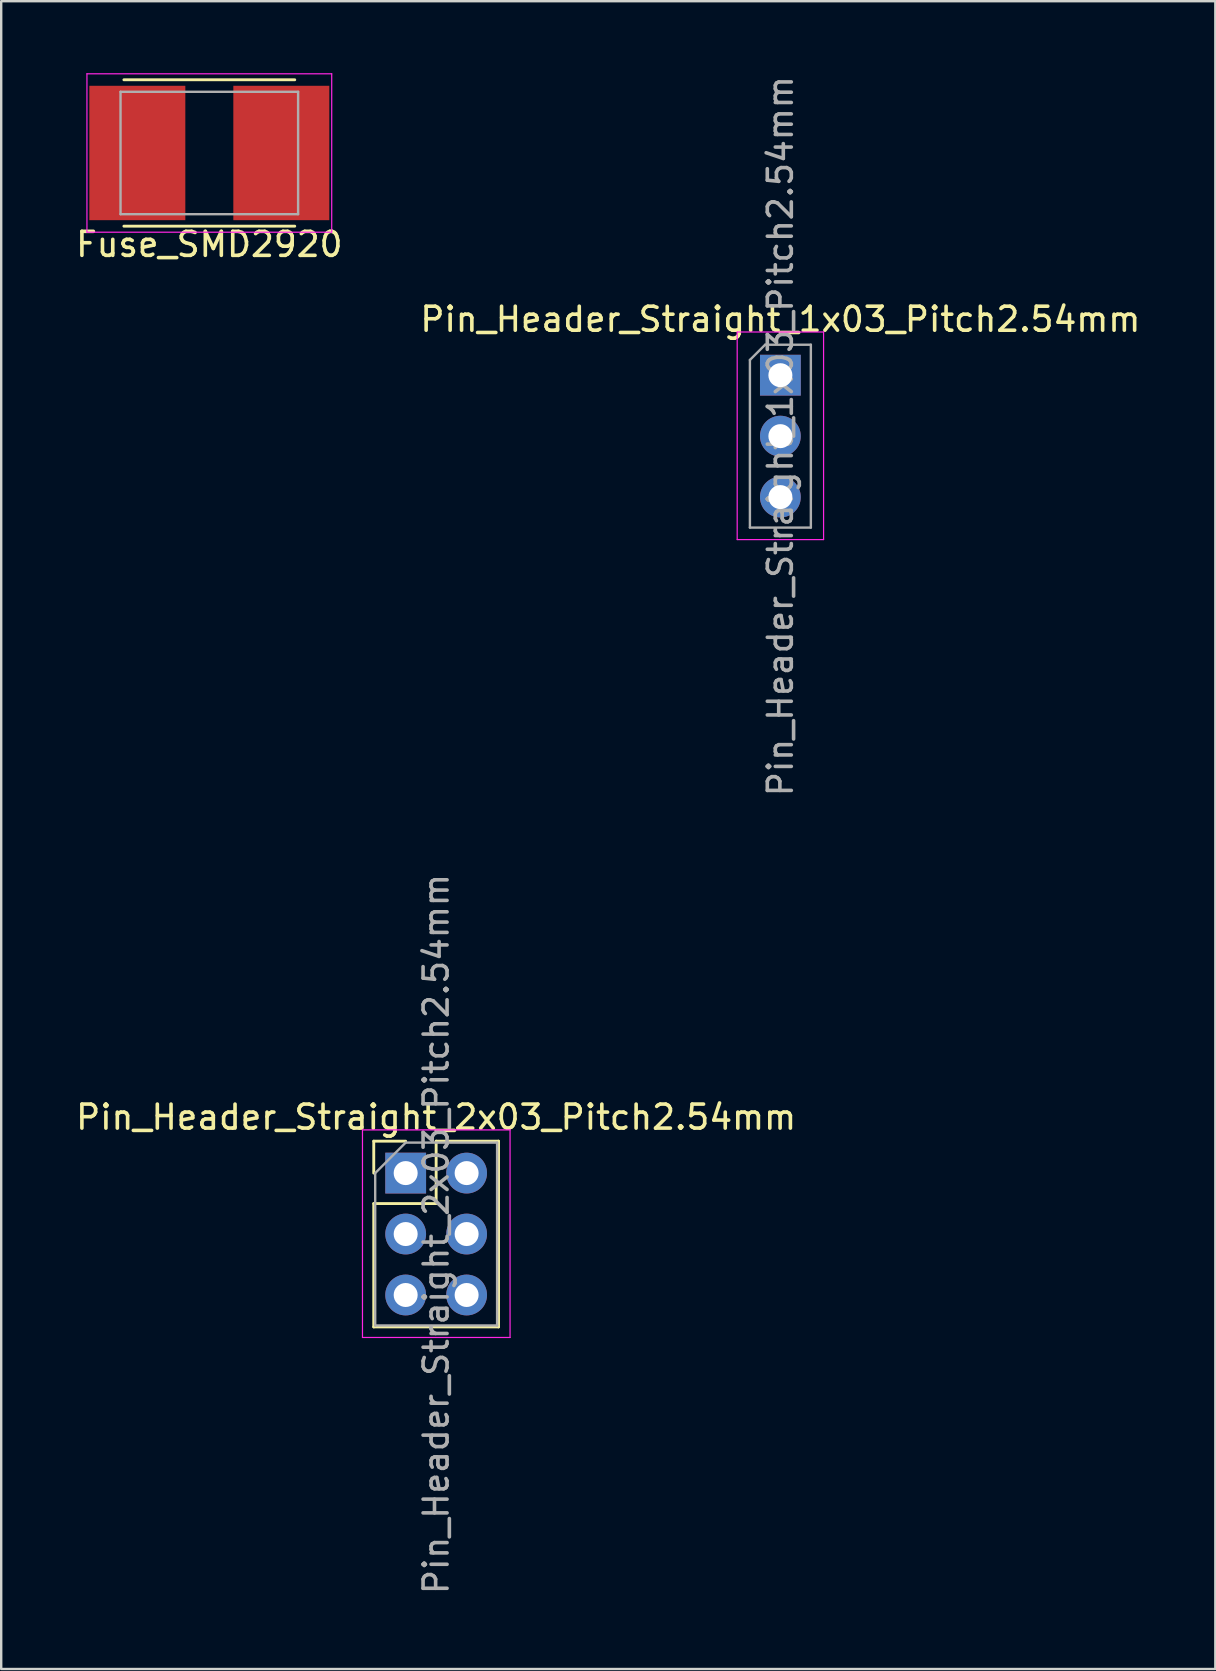
<source format=kicad_pcb>
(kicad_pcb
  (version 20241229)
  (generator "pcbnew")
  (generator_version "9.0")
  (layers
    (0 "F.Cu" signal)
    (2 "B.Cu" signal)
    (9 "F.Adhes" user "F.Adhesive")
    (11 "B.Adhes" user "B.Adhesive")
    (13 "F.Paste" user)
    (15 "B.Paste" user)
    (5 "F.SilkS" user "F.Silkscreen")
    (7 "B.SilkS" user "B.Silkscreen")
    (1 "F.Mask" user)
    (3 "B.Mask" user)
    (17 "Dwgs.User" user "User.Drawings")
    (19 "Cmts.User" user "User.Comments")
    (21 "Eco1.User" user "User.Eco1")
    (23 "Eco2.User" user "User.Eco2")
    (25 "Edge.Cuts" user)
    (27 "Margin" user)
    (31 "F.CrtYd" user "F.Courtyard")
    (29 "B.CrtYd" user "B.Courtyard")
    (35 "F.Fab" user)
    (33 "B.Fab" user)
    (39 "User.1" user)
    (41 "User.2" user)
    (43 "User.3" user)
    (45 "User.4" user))
  (footprint "Pin_Header_Straight_2x03_Pitch2.54mm"
    (layer "F.Cu")
    (at 13.855 45.835)
    (property "Reference" "Pin_Header_Straight_2x03_Pitch2.54mm" (at 1.27 -2.33 0) (layer "F.SilkS") (effects (font (size 1 1) (thickness 0.15))))
    (attr through_hole)
    (fp_line (start -1.33 -1.33) (end 0 -1.33) (stroke (width 0.12) (type solid)) (layer "F.SilkS"))
    (fp_line (start -1.33 0) (end -1.33 -1.33) (stroke (width 0.12) (type solid)) (layer "F.SilkS"))
    (fp_line (start -1.33 1.27) (end -1.33 6.41) (stroke (width 0.12) (type solid)) (layer "F.SilkS"))
    (fp_line (start -1.33 1.27) (end 1.27 1.27) (stroke (width 0.12) (type solid)) (layer "F.SilkS"))
    (fp_line (start -1.33 6.41) (end 3.87 6.41) (stroke (width 0.12) (type solid)) (layer "F.SilkS"))
    (fp_line (start 1.27 -1.33) (end 3.87 -1.33) (stroke (width 0.12) (type solid)) (layer "F.SilkS"))
    (fp_line (start 1.27 1.27) (end 1.27 -1.33) (stroke (width 0.12) (type solid)) (layer "F.SilkS"))
    (fp_line (start 3.87 -1.33) (end 3.87 6.41) (stroke (width 0.12) (type solid)) (layer "F.SilkS"))
    (fp_line (start -1.8 -1.8) (end -1.8 6.85) (stroke (width 0.05) (type solid)) (layer "F.CrtYd"))
    (fp_line (start -1.8 6.85) (end 4.35 6.85) (stroke (width 0.05) (type solid)) (layer "F.CrtYd"))
    (fp_line (start 4.35 -1.8) (end -1.8 -1.8) (stroke (width 0.05) (type solid)) (layer "F.CrtYd"))
    (fp_line (start 4.35 6.85) (end 4.35 -1.8) (stroke (width 0.05) (type solid)) (layer "F.CrtYd"))
    (fp_line (start -1.27 0) (end 0 -1.27) (stroke (width 0.1) (type solid)) (layer "F.Fab"))
    (fp_line (start -1.27 6.35) (end -1.27 0) (stroke (width 0.1) (type solid)) (layer "F.Fab"))
    (fp_line (start 0 -1.27) (end 3.81 -1.27) (stroke (width 0.1) (type solid)) (layer "F.Fab"))
    (fp_line (start 3.81 -1.27) (end 3.81 6.35) (stroke (width 0.1) (type solid)) (layer "F.Fab"))
    (fp_line (start 3.81 6.35) (end -1.27 6.35) (stroke (width 0.1) (type solid)) (layer "F.Fab"))
    (fp_text user "${REFERENCE}" (at 1.27 2.54 90) (layer "F.Fab") (effects (font (size 1 1) (thickness 0.15))))
    (pad "1" thru_hole rect (at 0 0) (size 1.7 1.7) (drill 1) (layers "*.Cu" "*.Mask"))
    (pad "2" thru_hole oval (at 2.54 0) (size 1.7 1.7) (drill 1) (layers "*.Cu" "*.Mask"))
    (pad "3" thru_hole oval (at 0 2.54) (size 1.7 1.7) (drill 1) (layers "*.Cu" "*.Mask"))
    (pad "4" thru_hole oval (at 2.54 2.54) (size 1.7 1.7) (drill 1) (layers "*.Cu" "*.Mask"))
    (pad "5" thru_hole oval (at 0 5.08) (size 1.7 1.7) (drill 1) (layers "*.Cu" "*.Mask"))
    (pad "6" thru_hole oval (at 2.54 5.08) (size 1.7 1.7) (drill 1) (layers "*.Cu" "*.Mask")))
  (footprint "Pin_Header_Straight_1x03_Pitch2.54mm"
    (layer "F.Cu")
    (at 29.47 12.585)
    (property "Reference" "Pin_Header_Straight_1x03_Pitch2.54mm" (at 0 -2.33 0) (layer "F.SilkS") (effects (font (size 1 1) (thickness 0.15))))
    (attr through_hole)
    (fp_line (start -1.8 -1.8) (end -1.8 6.85) (stroke (width 0.05) (type solid)) (layer "F.CrtYd"))
    (fp_line (start -1.8 6.85) (end 1.8 6.85) (stroke (width 0.05) (type solid)) (layer "F.CrtYd"))
    (fp_line (start 1.8 -1.8) (end -1.8 -1.8) (stroke (width 0.05) (type solid)) (layer "F.CrtYd"))
    (fp_line (start 1.8 6.85) (end 1.8 -1.8) (stroke (width 0.05) (type solid)) (layer "F.CrtYd"))
    (fp_line (start -1.27 -0.635) (end -0.635 -1.27) (stroke (width 0.1) (type solid)) (layer "F.Fab"))
    (fp_line (start -1.27 6.35) (end -1.27 -0.635) (stroke (width 0.1) (type solid)) (layer "F.Fab"))
    (fp_line (start -0.635 -1.27) (end 1.27 -1.27) (stroke (width 0.1) (type solid)) (layer "F.Fab"))
    (fp_line (start 1.27 -1.27) (end 1.27 6.35) (stroke (width 0.1) (type solid)) (layer "F.Fab"))
    (fp_line (start 1.27 6.35) (end -1.27 6.35) (stroke (width 0.1) (type solid)) (layer "F.Fab"))
    (fp_text user "${REFERENCE}" (at 0 2.54 90) (layer "F.Fab") (effects (font (size 1 1) (thickness 0.15))))
    (pad "1" thru_hole rect (at 0 0) (size 1.7 1.7) (drill 1) (layers "*.Cu" "*.Mask"))
    (pad "2" thru_hole oval (at 0 2.54) (size 1.7 1.7) (drill 1) (layers "*.Cu" "*.Mask"))
    (pad "3" thru_hole oval (at 0 5.08) (size 1.7 1.7) (drill 1) (layers "*.Cu" "*.Mask")))
  (footprint "Fuse_SMD2920"
    (layer "F.Cu")
    (at 5.673 3.325)
    (property "Reference" "Fuse_SMD2920" (at 0 3.81 0) (layer "F.SilkS") (effects (font (size 1 1) (thickness 0.15))))
    (attr smd)
    (fp_line (start -3.56 -3.05) (end 3.56 -3.05) (stroke (width 0.12) (type solid)) (layer "F.SilkS"))
    (fp_line (start -3.56 3.05) (end 3.56 3.05) (stroke (width 0.12) (type solid)) (layer "F.SilkS"))
    (fp_line (start -5.1 -3.3) (end -5.1 3.3) (stroke (width 0.05) (type solid)) (layer "F.CrtYd"))
    (fp_line (start -5.1 -3.3) (end 5.1 -3.3) (stroke (width 0.05) (type solid)) (layer "F.CrtYd"))
    (fp_line (start -5.1 3.3) (end 5.1 3.3) (stroke (width 0.05) (type solid)) (layer "F.CrtYd"))
    (fp_line (start 5.1 -3.3) (end 5.1 3.3) (stroke (width 0.05) (type solid)) (layer "F.CrtYd"))
    (fp_line (start -3.7 -2.55) (end 3.7 -2.55) (stroke (width 0.1) (type solid)) (layer "F.Fab"))
    (fp_line (start -3.7 2.55) (end -3.7 -2.55) (stroke (width 0.1) (type solid)) (layer "F.Fab"))
    (fp_line (start 3.7 -2.55) (end 3.7 2.55) (stroke (width 0.1) (type solid)) (layer "F.Fab"))
    (fp_line (start 3.7 2.55) (end -3.7 2.55) (stroke (width 0.1) (type solid)) (layer "F.Fab"))
    (pad "1" smd rect (at -3 0 90) (size 5.6 4) (layers "F.Cu" "F.Mask" "F.Paste"))
    (pad "2" smd rect (at 3 0 90) (size 5.6 4) (layers "F.Cu" "F.Mask" "F.Paste")))
  (gr_rect
    (start -3 -3)
    (end 47.595 66.5)
    (stroke (width 0.1) (type default))
    (fill no)
    (layer "Edge.Cuts")))
</source>
